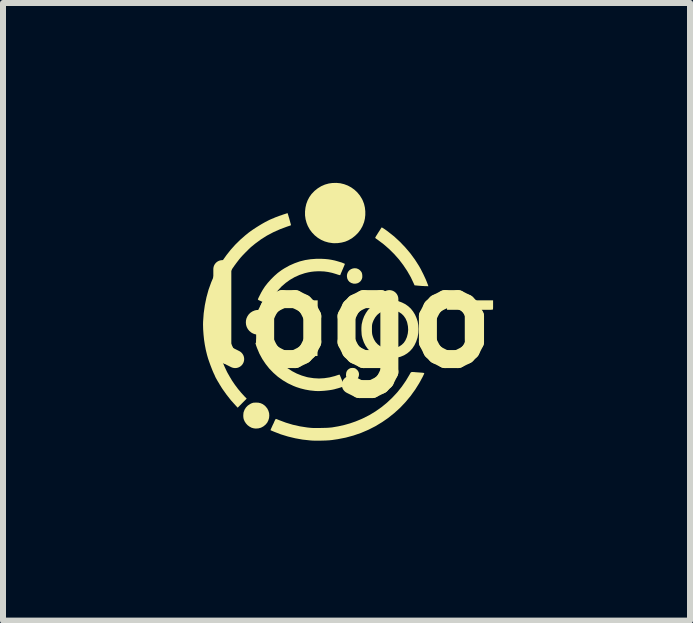
<source format=kicad_pcb>
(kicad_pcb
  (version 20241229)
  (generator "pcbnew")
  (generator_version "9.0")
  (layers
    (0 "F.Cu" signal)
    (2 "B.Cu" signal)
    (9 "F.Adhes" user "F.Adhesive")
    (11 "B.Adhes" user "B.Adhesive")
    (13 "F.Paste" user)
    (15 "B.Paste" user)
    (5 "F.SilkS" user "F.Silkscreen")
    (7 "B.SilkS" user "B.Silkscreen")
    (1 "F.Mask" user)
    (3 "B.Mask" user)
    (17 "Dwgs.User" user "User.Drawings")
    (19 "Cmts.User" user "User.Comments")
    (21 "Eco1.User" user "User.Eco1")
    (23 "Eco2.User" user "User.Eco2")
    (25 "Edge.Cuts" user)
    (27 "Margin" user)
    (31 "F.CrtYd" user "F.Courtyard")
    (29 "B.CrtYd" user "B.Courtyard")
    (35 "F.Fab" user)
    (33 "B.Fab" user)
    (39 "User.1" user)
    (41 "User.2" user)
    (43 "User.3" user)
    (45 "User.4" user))
  (footprint "logo"
    (layer "F.Cu")
    (at 2.729 2.26)
    (property "Reference" "logo" (at 0 0 0) (layer "F.SilkS") (effects (font (size 1.5 1.5) (thickness 0.3))))
    (attr board_only exclude_from_pos_files exclude_from_bom)
    (fp_poly (pts (xy -0.582 -0.302) (xy -0.561 -0.302) (xy -0.481 -0.301) (xy -0.483 0.163) (xy -0.484 0.627) (xy -0.568 0.629) (xy -0.653 0.63) (xy -0.653 0.165) (xy -0.653 0.086) (xy -0.653 0.016) (xy -0.653 -0.045) (xy -0.652 -0.099) (xy -0.652 -0.145) (xy -0.652 -0.185) (xy -0.651 -0.217) (xy -0.651 -0.244) (xy -0.65 -0.265) (xy -0.65 -0.281) (xy -0.649 -0.292) (xy -0.648 -0.299) (xy -0.647 -0.301) (xy -0.647 -0.302) (xy -0.641 -0.302) (xy -0.627 -0.302) (xy -0.607 -0.302)) (stroke (width 0) (type solid)) (fill yes) (layer "F.SilkS"))
    (fp_poly (pts (xy 0.167 -0.834) (xy 0.196 -0.823) (xy 0.222 -0.805) (xy 0.224 -0.803) (xy 0.242 -0.783) (xy 0.254 -0.763) (xy 0.26 -0.742) (xy 0.263 -0.716) (xy 0.263 -0.685) (xy 0.257 -0.66) (xy 0.246 -0.638) (xy 0.231 -0.618) (xy 0.207 -0.598) (xy 0.179 -0.585) (xy 0.147 -0.579) (xy 0.115 -0.58) (xy 0.082 -0.59) (xy 0.075 -0.593) (xy 0.047 -0.611) (xy 0.027 -0.635) (xy 0.013 -0.663) (xy 0.007 -0.694) (xy 0.007 -0.725) (xy 0.016 -0.757) (xy 0.029 -0.781) (xy 0.05 -0.805) (xy 0.076 -0.822) (xy 0.106 -0.833) (xy 0.136 -0.837)) (stroke (width 0) (type solid)) (fill yes) (layer "F.SilkS"))
    (fp_poly (pts (xy 0.119 0.827) (xy 0.132 0.829) (xy 0.145 0.834) (xy 0.155 0.84) (xy 0.179 0.86) (xy 0.196 0.884) (xy 0.206 0.91) (xy 0.208 0.938) (xy 0.204 0.965) (xy 0.193 0.991) (xy 0.175 1.013) (xy 0.151 1.031) (xy 0.149 1.032) (xy 0.131 1.039) (xy 0.111 1.043) (xy 0.092 1.044) (xy 0.081 1.043) (xy 0.05 1.032) (xy 0.025 1.015) (xy 0.005 0.991) (xy 0.002 0.986) (xy -0.004 0.972) (xy -0.008 0.961) (xy -0.009 0.948) (xy -0.008 0.93) (xy -0.008 0.927) (xy -0.003 0.897) (xy 0.008 0.873) (xy 0.026 0.853) (xy 0.044 0.84) (xy 0.058 0.833) (xy 0.07 0.828) (xy 0.085 0.827) (xy 0.1 0.826)) (stroke (width 0) (type solid)) (fill yes) (layer "F.SilkS"))
    (fp_poly (pts (xy -1.427 -0.135) (xy -1.388 -0.121) (xy -1.352 -0.1) (xy -1.334 -0.086) (xy -1.314 -0.062) (xy -1.295 -0.033) (xy -1.281 -0.001) (xy -1.272 0.031) (xy -1.271 0.039) (xy -1.271 0.082) (xy -1.279 0.124) (xy -1.296 0.162) (xy -1.319 0.197) (xy -1.349 0.227) (xy -1.375 0.245) (xy -1.405 0.258) (xy -1.438 0.267) (xy -1.472 0.27) (xy -1.5 0.269) (xy -1.529 0.263) (xy -1.552 0.255) (xy -1.573 0.245) (xy -1.588 0.236) (xy -1.621 0.209) (xy -1.646 0.178) (xy -1.664 0.144) (xy -1.675 0.108) (xy -1.679 0.071) (xy -1.677 0.034) (xy -1.668 -0.002) (xy -1.652 -0.036) (xy -1.631 -0.067) (xy -1.604 -0.094) (xy -1.571 -0.116) (xy -1.533 -0.132) (xy -1.505 -0.139) (xy -1.466 -0.141)) (stroke (width 0) (type solid)) (fill yes) (layer "F.SilkS"))
    (fp_poly (pts (xy -1.472 1.405) (xy -1.433 1.414) (xy -1.397 1.43) (xy -1.364 1.454) (xy -1.349 1.469) (xy -1.322 1.502) (xy -1.303 1.54) (xy -1.291 1.58) (xy -1.288 1.621) (xy -1.292 1.662) (xy -1.304 1.701) (xy -1.323 1.739) (xy -1.351 1.772) (xy -1.353 1.774) (xy -1.388 1.802) (xy -1.428 1.823) (xy -1.47 1.834) (xy -1.515 1.837) (xy -1.548 1.833) (xy -1.584 1.823) (xy -1.619 1.804) (xy -1.651 1.78) (xy -1.678 1.75) (xy -1.7 1.716) (xy -1.715 1.68) (xy -1.717 1.671) (xy -1.721 1.646) (xy -1.722 1.618) (xy -1.72 1.589) (xy -1.717 1.565) (xy -1.716 1.563) (xy -1.7 1.521) (xy -1.677 1.485) (xy -1.646 1.453) (xy -1.608 1.428) (xy -1.599 1.423) (xy -1.582 1.415) (xy -1.568 1.41) (xy -1.554 1.406) (xy -1.537 1.405) (xy -1.516 1.404)) (stroke (width 0) (type solid)) (fill yes) (layer "F.SilkS"))
    (fp_poly (pts (xy -0.104 -2.254) (xy -0.039 -2.238) (xy 0.022 -2.215) (xy 0.079 -2.184) (xy 0.132 -2.146) (xy 0.18 -2.101) (xy 0.222 -2.05) (xy 0.258 -1.992) (xy 0.271 -1.965) (xy 0.292 -1.91) (xy 0.306 -1.85) (xy 0.313 -1.787) (xy 0.313 -1.724) (xy 0.306 -1.662) (xy 0.292 -1.603) (xy 0.291 -1.601) (xy 0.266 -1.538) (xy 0.233 -1.48) (xy 0.192 -1.426) (xy 0.144 -1.379) (xy 0.091 -1.337) (xy 0.031 -1.303) (xy 0.03 -1.302) (xy -0.023 -1.28) (xy -0.082 -1.265) (xy -0.144 -1.256) (xy -0.207 -1.254) (xy -0.235 -1.256) (xy -0.301 -1.266) (xy -0.364 -1.284) (xy -0.423 -1.31) (xy -0.479 -1.344) (xy -0.53 -1.385) (xy -0.575 -1.432) (xy -0.614 -1.484) (xy -0.646 -1.542) (xy -0.666 -1.592) (xy -0.683 -1.654) (xy -0.692 -1.718) (xy -0.692 -1.783) (xy -0.685 -1.847) (xy -0.671 -1.909) (xy -0.649 -1.968) (xy -0.62 -2.023) (xy -0.584 -2.074) (xy -0.581 -2.077) (xy -0.533 -2.127) (xy -0.479 -2.17) (xy -0.422 -2.205) (xy -0.36 -2.232) (xy -0.295 -2.25) (xy -0.238 -2.258) (xy -0.17 -2.26)) (stroke (width 0) (type solid)) (fill yes) (layer "F.SilkS"))
    (fp_poly (pts (xy 1.897 -0.302) (xy 1.949 -0.302) (xy 2.003 -0.302) (xy 2.061 -0.302) (xy 2.077 -0.302) (xy 2.444 -0.301) (xy 2.444 -0.23) (xy 2.444 -0.205) (xy 2.444 -0.182) (xy 2.443 -0.165) (xy 2.443 -0.154) (xy 2.442 -0.151) (xy 2.44 -0.149) (xy 2.437 -0.147) (xy 2.431 -0.146) (xy 2.421 -0.145) (xy 2.407 -0.144) (xy 2.386 -0.144) (xy 2.36 -0.144) (xy 2.325 -0.144) (xy 2.294 -0.144) (xy 2.148 -0.144) (xy 2.147 0.242) (xy 2.146 0.627) (xy 2.062 0.629) (xy 2.035 0.629) (xy 2.012 0.629) (xy 1.993 0.628) (xy 1.98 0.628) (xy 1.976 0.627) (xy 1.975 0.622) (xy 1.975 0.608) (xy 1.974 0.587) (xy 1.974 0.558) (xy 1.973 0.523) (xy 1.973 0.482) (xy 1.973 0.436) (xy 1.973 0.385) (xy 1.972 0.331) (xy 1.972 0.273) (xy 1.972 0.24) (xy 1.972 -0.144) (xy 1.824 -0.144) (xy 1.676 -0.144) (xy 1.676 -0.222) (xy 1.676 -0.3) (xy 1.693 -0.302) (xy 1.701 -0.302) (xy 1.717 -0.302) (xy 1.74 -0.302) (xy 1.771 -0.302) (xy 1.808 -0.302) (xy 1.85 -0.302)) (stroke (width 0) (type solid)) (fill yes) (layer "F.SilkS"))
    (fp_poly (pts (xy 0.59 -1.516) (xy 0.602 -1.51) (xy 0.618 -1.5) (xy 0.639 -1.486) (xy 0.663 -1.469) (xy 0.689 -1.45) (xy 0.694 -1.446) (xy 0.795 -1.366) (xy 0.89 -1.278) (xy 0.98 -1.184) (xy 1.064 -1.085) (xy 1.141 -0.98) (xy 1.21 -0.872) (xy 1.217 -0.859) (xy 1.237 -0.824) (xy 1.257 -0.784) (xy 1.279 -0.741) (xy 1.3 -0.696) (xy 1.32 -0.653) (xy 1.337 -0.612) (xy 1.351 -0.576) (xy 1.357 -0.561) (xy 1.365 -0.537) (xy 1.33 -0.538) (xy 1.309 -0.538) (xy 1.284 -0.54) (xy 1.257 -0.541) (xy 1.243 -0.542) (xy 1.219 -0.544) (xy 1.194 -0.546) (xy 1.173 -0.548) (xy 1.163 -0.549) (xy 1.134 -0.552) (xy 1.122 -0.58) (xy 1.072 -0.686) (xy 1.013 -0.789) (xy 0.947 -0.888) (xy 0.874 -0.984) (xy 0.794 -1.074) (xy 0.708 -1.159) (xy 0.617 -1.238) (xy 0.528 -1.305) (xy 0.51 -1.318) (xy 0.494 -1.329) (xy 0.483 -1.338) (xy 0.478 -1.342) (xy 0.478 -1.343) (xy 0.48 -1.348) (xy 0.485 -1.359) (xy 0.494 -1.375) (xy 0.503 -1.389) (xy 0.518 -1.413) (xy 0.535 -1.44) (xy 0.552 -1.465) (xy 0.557 -1.474) (xy 0.568 -1.491) (xy 0.577 -1.505) (xy 0.584 -1.515) (xy 0.586 -1.518)) (stroke (width 0) (type solid)) (fill yes) (layer "F.SilkS"))
    (fp_poly (pts (xy -1.323 0.356) (xy -1.317 0.368) (xy -1.309 0.387) (xy -1.301 0.406) (xy -1.266 0.491) (xy -1.223 0.57) (xy -1.172 0.644) (xy -1.116 0.713) (xy -1.052 0.775) (xy -0.984 0.83) (xy -0.909 0.879) (xy -0.83 0.92) (xy -0.747 0.953) (xy -0.659 0.979) (xy -0.634 0.984) (xy -0.548 0.997) (xy -0.46 1.002) (xy -0.372 0.997) (xy -0.284 0.984) (xy -0.197 0.962) (xy -0.158 0.949) (xy -0.14 0.943) (xy -0.126 0.939) (xy -0.117 0.938) (xy -0.116 0.939) (xy -0.112 0.944) (xy -0.107 0.956) (xy -0.101 0.972) (xy -0.1 0.972) (xy -0.094 0.988) (xy -0.085 1.01) (xy -0.075 1.034) (xy -0.065 1.06) (xy -0.063 1.064) (xy -0.054 1.086) (xy -0.046 1.105) (xy -0.04 1.119) (xy -0.037 1.127) (xy -0.037 1.128) (xy -0.041 1.131) (xy -0.053 1.136) (xy -0.071 1.142) (xy -0.093 1.15) (xy -0.118 1.158) (xy -0.145 1.166) (xy -0.172 1.173) (xy -0.197 1.18) (xy -0.199 1.181) (xy -0.236 1.189) (xy -0.278 1.196) (xy -0.325 1.202) (xy -0.373 1.207) (xy -0.42 1.21) (xy -0.464 1.212) (xy -0.502 1.211) (xy -0.523 1.21) (xy -0.61 1.201) (xy -0.689 1.187) (xy -0.765 1.168) (xy -0.837 1.145) (xy -0.887 1.125) (xy -0.978 1.082) (xy -1.064 1.031) (xy -1.145 0.973) (xy -1.219 0.908) (xy -1.288 0.837) (xy -1.349 0.76) (xy -1.404 0.678) (xy -1.452 0.59) (xy -1.491 0.498) (xy -1.503 0.466) (xy -1.509 0.446) (xy -1.515 0.428) (xy -1.518 0.416) (xy -1.519 0.412) (xy -1.517 0.409) (xy -1.511 0.405) (xy -1.5 0.4) (xy -1.483 0.394) (xy -1.458 0.387) (xy -1.426 0.378) (xy -1.398 0.37) (xy -1.373 0.363) (xy -1.352 0.358) (xy -1.336 0.354) (xy -1.328 0.352) (xy -1.327 0.352)) (stroke (width 0) (type solid)) (fill yes) (layer "F.SilkS"))
    (fp_poly (pts (xy -0.36 -0.991) (xy -0.307 -0.986) (xy -0.256 -0.978) (xy -0.202 -0.967) (xy -0.168 -0.958) (xy -0.137 -0.949) (xy -0.107 -0.94) (xy -0.08 -0.932) (xy -0.058 -0.923) (xy -0.041 -0.916) (xy -0.03 -0.911) (xy -0.028 -0.908) (xy -0.029 -0.903) (xy -0.034 -0.891) (xy -0.041 -0.874) (xy -0.05 -0.853) (xy -0.059 -0.83) (xy -0.069 -0.808) (xy -0.078 -0.786) (xy -0.086 -0.768) (xy -0.092 -0.755) (xy -0.093 -0.752) (xy -0.098 -0.74) (xy -0.102 -0.73) (xy -0.102 -0.728) (xy -0.103 -0.724) (xy -0.107 -0.721) (xy -0.115 -0.722) (xy -0.128 -0.725) (xy -0.148 -0.731) (xy -0.171 -0.739) (xy -0.241 -0.76) (xy -0.307 -0.774) (xy -0.372 -0.783) (xy -0.438 -0.786) (xy -0.479 -0.786) (xy -0.538 -0.783) (xy -0.59 -0.777) (xy -0.639 -0.768) (xy -0.689 -0.756) (xy -0.697 -0.754) (xy -0.784 -0.725) (xy -0.866 -0.688) (xy -0.944 -0.643) (xy -1.016 -0.591) (xy -1.083 -0.533) (xy -1.144 -0.467) (xy -1.198 -0.395) (xy -1.245 -0.318) (xy -1.262 -0.284) (xy -1.272 -0.264) (xy -1.281 -0.248) (xy -1.287 -0.236) (xy -1.291 -0.232) (xy -1.291 -0.232) (xy -1.296 -0.234) (xy -1.308 -0.238) (xy -1.327 -0.246) (xy -1.349 -0.255) (xy -1.376 -0.266) (xy -1.387 -0.27) (xy -1.418 -0.283) (xy -1.441 -0.294) (xy -1.458 -0.301) (xy -1.469 -0.307) (xy -1.475 -0.312) (xy -1.478 -0.315) (xy -1.478 -0.318) (xy -1.475 -0.326) (xy -1.469 -0.341) (xy -1.459 -0.361) (xy -1.448 -0.383) (xy -1.435 -0.408) (xy -1.423 -0.432) (xy -1.41 -0.454) (xy -1.4 -0.472) (xy -1.361 -0.532) (xy -1.314 -0.592) (xy -1.261 -0.651) (xy -1.205 -0.707) (xy -1.146 -0.759) (xy -1.085 -0.804) (xy -1.038 -0.834) (xy -0.952 -0.882) (xy -0.866 -0.92) (xy -0.779 -0.951) (xy -0.69 -0.973) (xy -0.599 -0.987) (xy -0.504 -0.994) (xy -0.419 -0.994)) (stroke (width 0) (type solid)) (fill yes) (layer "F.SilkS"))
    (fp_poly (pts (xy 1.129 0.895) (xy 1.157 0.898) (xy 1.161 0.898) (xy 1.188 0.9) (xy 1.217 0.902) (xy 1.243 0.904) (xy 1.256 0.905) (xy 1.277 0.907) (xy 1.289 0.91) (xy 1.295 0.912) (xy 1.296 0.915) (xy 1.294 0.923) (xy 1.288 0.937) (xy 1.278 0.957) (xy 1.266 0.982) (xy 1.251 1.009) (xy 1.235 1.039) (xy 1.218 1.069) (xy 1.216 1.074) (xy 1.146 1.186) (xy 1.068 1.294) (xy 0.984 1.395) (xy 0.893 1.491) (xy 0.795 1.58) (xy 0.692 1.662) (xy 0.595 1.729) (xy 0.481 1.798) (xy 0.363 1.858) (xy 0.241 1.91) (xy 0.116 1.953) (xy -0.013 1.988) (xy -0.146 2.014) (xy -0.241 2.028) (xy -0.288 2.033) (xy -0.342 2.036) (xy -0.399 2.038) (xy -0.456 2.039) (xy -0.513 2.039) (xy -0.565 2.038) (xy -0.604 2.035) (xy -0.733 2.021) (xy -0.856 1.999) (xy -0.976 1.97) (xy -1.094 1.934) (xy -1.177 1.902) (xy -1.21 1.889) (xy -1.234 1.879) (xy -1.251 1.872) (xy -1.262 1.867) (xy -1.268 1.863) (xy -1.267 1.859) (xy -1.262 1.848) (xy -1.255 1.831) (xy -1.245 1.81) (xy -1.239 1.796) (xy -1.227 1.77) (xy -1.215 1.746) (xy -1.206 1.724) (xy -1.198 1.707) (xy -1.196 1.703) (xy -1.189 1.689) (xy -1.182 1.679) (xy -1.178 1.676) (xy -1.172 1.678) (xy -1.159 1.682) (xy -1.142 1.689) (xy -1.125 1.696) (xy -1.013 1.738) (xy -0.897 1.773) (xy -0.777 1.8) (xy -0.655 1.819) (xy -0.608 1.824) (xy -0.582 1.826) (xy -0.549 1.828) (xy -0.51 1.828) (xy -0.467 1.828) (xy -0.423 1.827) (xy -0.379 1.826) (xy -0.337 1.825) (xy -0.299 1.823) (xy -0.266 1.82) (xy -0.243 1.818) (xy -0.138 1.8) (xy -0.039 1.778) (xy 0.057 1.751) (xy 0.152 1.718) (xy 0.249 1.678) (xy 0.277 1.665) (xy 0.382 1.612) (xy 0.484 1.55) (xy 0.582 1.481) (xy 0.675 1.405) (xy 0.763 1.322) (xy 0.846 1.233) (xy 0.922 1.138) (xy 0.991 1.038) (xy 1.053 0.934) (xy 1.061 0.919) (xy 1.067 0.908) (xy 1.074 0.9) (xy 1.082 0.896) (xy 1.092 0.894) (xy 1.107 0.894)) (stroke (width 0) (type solid)) (fill yes) (layer "F.SilkS"))
    (fp_poly (pts (xy 0.764 -0.298) (xy 0.796 -0.297) (xy 0.822 -0.295) (xy 0.846 -0.291) (xy 0.868 -0.286) (xy 0.891 -0.278) (xy 0.917 -0.268) (xy 0.927 -0.264) (xy 0.981 -0.237) (xy 1.03 -0.202) (xy 1.073 -0.162) (xy 1.11 -0.115) (xy 1.142 -0.063) (xy 1.167 -0.007) (xy 1.186 0.052) (xy 1.197 0.114) (xy 1.201 0.178) (xy 1.198 0.243) (xy 1.186 0.309) (xy 1.183 0.323) (xy 1.161 0.388) (xy 1.133 0.447) (xy 1.099 0.499) (xy 1.058 0.545) (xy 1.012 0.583) (xy 0.96 0.615) (xy 0.902 0.639) (xy 0.839 0.655) (xy 0.772 0.664) (xy 0.72 0.666) (xy 0.694 0.665) (xy 0.667 0.664) (xy 0.642 0.661) (xy 0.632 0.66) (xy 0.575 0.648) (xy 0.523 0.631) (xy 0.475 0.608) (xy 0.447 0.59) (xy 0.397 0.552) (xy 0.354 0.508) (xy 0.318 0.457) (xy 0.289 0.4) (xy 0.267 0.337) (xy 0.256 0.295) (xy 0.252 0.268) (xy 0.25 0.235) (xy 0.248 0.198) (xy 0.248 0.181) (xy 0.424 0.181) (xy 0.424 0.217) (xy 0.426 0.248) (xy 0.43 0.273) (xy 0.437 0.297) (xy 0.446 0.322) (xy 0.458 0.35) (xy 0.484 0.393) (xy 0.516 0.429) (xy 0.555 0.459) (xy 0.599 0.482) (xy 0.605 0.484) (xy 0.63 0.493) (xy 0.654 0.499) (xy 0.68 0.502) (xy 0.709 0.503) (xy 0.738 0.503) (xy 0.765 0.502) (xy 0.785 0.5) (xy 0.803 0.497) (xy 0.821 0.492) (xy 0.834 0.488) (xy 0.881 0.467) (xy 0.921 0.44) (xy 0.955 0.407) (xy 0.982 0.367) (xy 1.003 0.32) (xy 1.007 0.31) (xy 1.022 0.251) (xy 1.028 0.191) (xy 1.024 0.13) (xy 1.012 0.071) (xy 1.005 0.049) (xy 0.984 0.002) (xy 0.956 -0.039) (xy 0.921 -0.075) (xy 0.88 -0.103) (xy 0.833 -0.125) (xy 0.81 -0.133) (xy 0.784 -0.137) (xy 0.753 -0.14) (xy 0.718 -0.141) (xy 0.685 -0.139) (xy 0.655 -0.136) (xy 0.639 -0.132) (xy 0.591 -0.115) (xy 0.548 -0.089) (xy 0.51 -0.057) (xy 0.478 -0.017) (xy 0.452 0.029) (xy 0.434 0.074) (xy 0.43 0.089) (xy 0.427 0.103) (xy 0.425 0.118) (xy 0.424 0.137) (xy 0.424 0.162) (xy 0.424 0.181) (xy 0.248 0.181) (xy 0.248 0.161) (xy 0.25 0.126) (xy 0.253 0.097) (xy 0.254 0.093) (xy 0.27 0.027) (xy 0.293 -0.034) (xy 0.323 -0.09) (xy 0.358 -0.141) (xy 0.4 -0.185) (xy 0.447 -0.223) (xy 0.499 -0.254) (xy 0.521 -0.264) (xy 0.548 -0.275) (xy 0.572 -0.283) (xy 0.594 -0.289) (xy 0.617 -0.293) (xy 0.642 -0.296) (xy 0.672 -0.298) (xy 0.708 -0.298) (xy 0.725 -0.298)) (stroke (width 0) (type solid)) (fill yes) (layer "F.SilkS"))
    (fp_poly (pts (xy -0.981 -1.751) (xy -0.978 -1.739) (xy -0.972 -1.721) (xy -0.966 -1.7) (xy -0.958 -1.675) (xy -0.951 -1.649) (xy -0.944 -1.624) (xy -0.938 -1.6) (xy -0.932 -1.58) (xy -0.928 -1.564) (xy -0.927 -1.555) (xy -0.927 -1.554) (xy -0.931 -1.552) (xy -0.943 -1.547) (xy -0.961 -1.541) (xy -0.982 -1.534) (xy -0.991 -1.531) (xy -1.109 -1.487) (xy -1.221 -1.437) (xy -1.327 -1.381) (xy -1.427 -1.318) (xy -1.522 -1.248) (xy -1.593 -1.19) (xy -1.612 -1.172) (xy -1.636 -1.149) (xy -1.662 -1.123) (xy -1.689 -1.096) (xy -1.716 -1.068) (xy -1.74 -1.043) (xy -1.76 -1.021) (xy -1.77 -1.009) (xy -1.787 -0.989) (xy -1.806 -0.964) (xy -1.827 -0.937) (xy -1.848 -0.909) (xy -1.868 -0.882) (xy -1.885 -0.857) (xy -1.899 -0.838) (xy -1.905 -0.828) (xy -1.917 -0.808) (xy -1.93 -0.786) (xy -1.941 -0.769) (xy -1.954 -0.746) (xy -1.97 -0.717) (xy -1.988 -0.683) (xy -2.006 -0.646) (xy -2.024 -0.608) (xy -2.04 -0.572) (xy -2.055 -0.538) (xy -2.062 -0.521) (xy -2.102 -0.408) (xy -2.134 -0.295) (xy -2.157 -0.181) (xy -2.172 -0.066) (xy -2.18 0.054) (xy -2.181 0.111) (xy -2.176 0.234) (xy -2.164 0.353) (xy -2.144 0.47) (xy -2.115 0.583) (xy -2.106 0.614) (xy -2.094 0.649) (xy -2.08 0.688) (xy -2.066 0.727) (xy -2.051 0.765) (xy -2.037 0.798) (xy -2.024 0.826) (xy -2.021 0.832) (xy -2.013 0.85) (xy -2.006 0.865) (xy -2.001 0.875) (xy -2 0.877) (xy -1.998 0.882) (xy -1.992 0.894) (xy -1.983 0.911) (xy -1.971 0.932) (xy -1.958 0.954) (xy -1.945 0.978) (xy -1.931 1) (xy -1.919 1.021) (xy -1.909 1.038) (xy -1.908 1.039) (xy -1.861 1.108) (xy -1.81 1.176) (xy -1.755 1.242) (xy -1.702 1.3) (xy -1.665 1.338) (xy -1.74 1.413) (xy -1.815 1.489) (xy -1.846 1.456) (xy -1.927 1.366) (xy -2.001 1.272) (xy -2.068 1.178) (xy -2.09 1.144) (xy -2.102 1.124) (xy -2.116 1.102) (xy -2.13 1.077) (xy -2.145 1.053) (xy -2.159 1.029) (xy -2.171 1.007) (xy -2.181 0.99) (xy -2.187 0.977) (xy -2.19 0.971) (xy -2.19 0.971) (xy -2.192 0.966) (xy -2.197 0.954) (xy -2.204 0.938) (xy -2.214 0.918) (xy -2.214 0.918) (xy -2.232 0.877) (xy -2.251 0.829) (xy -2.271 0.777) (xy -2.29 0.724) (xy -2.308 0.672) (xy -2.322 0.624) (xy -2.328 0.602) (xy -2.347 0.524) (xy -2.363 0.441) (xy -2.376 0.355) (xy -2.385 0.268) (xy -2.391 0.183) (xy -2.393 0.102) (xy -2.392 0.053) (xy -2.382 -0.085) (xy -2.363 -0.22) (xy -2.336 -0.351) (xy -2.301 -0.479) (xy -2.256 -0.604) (xy -2.204 -0.725) (xy -2.143 -0.842) (xy -2.073 -0.956) (xy -2.001 -1.057) (xy -1.932 -1.144) (xy -1.856 -1.229) (xy -1.775 -1.309) (xy -1.692 -1.382) (xy -1.634 -1.429) (xy -1.595 -1.458) (xy -1.551 -1.488) (xy -1.505 -1.518) (xy -1.457 -1.548) (xy -1.409 -1.577) (xy -1.363 -1.603) (xy -1.319 -1.626) (xy -1.279 -1.646) (xy -1.244 -1.661) (xy -1.234 -1.665) (xy -1.22 -1.67) (xy -1.209 -1.675) (xy -1.206 -1.677) (xy -1.199 -1.68) (xy -1.185 -1.686) (xy -1.165 -1.693) (xy -1.141 -1.702) (xy -1.115 -1.712) (xy -1.087 -1.721) (xy -1.06 -1.731) (xy -1.035 -1.739) (xy -1.013 -1.746) (xy -0.996 -1.752) (xy -0.986 -1.754) (xy -0.983 -1.755)) (stroke (width 0) (type solid)) (fill yes) (layer "F.SilkS")))
  (gr_rect
    (start -3 -3)
    (end 8.457 7.3)
    (stroke (width 0.1) (type default))
    (fill no)
    (layer "Edge.Cuts")))
</source>
